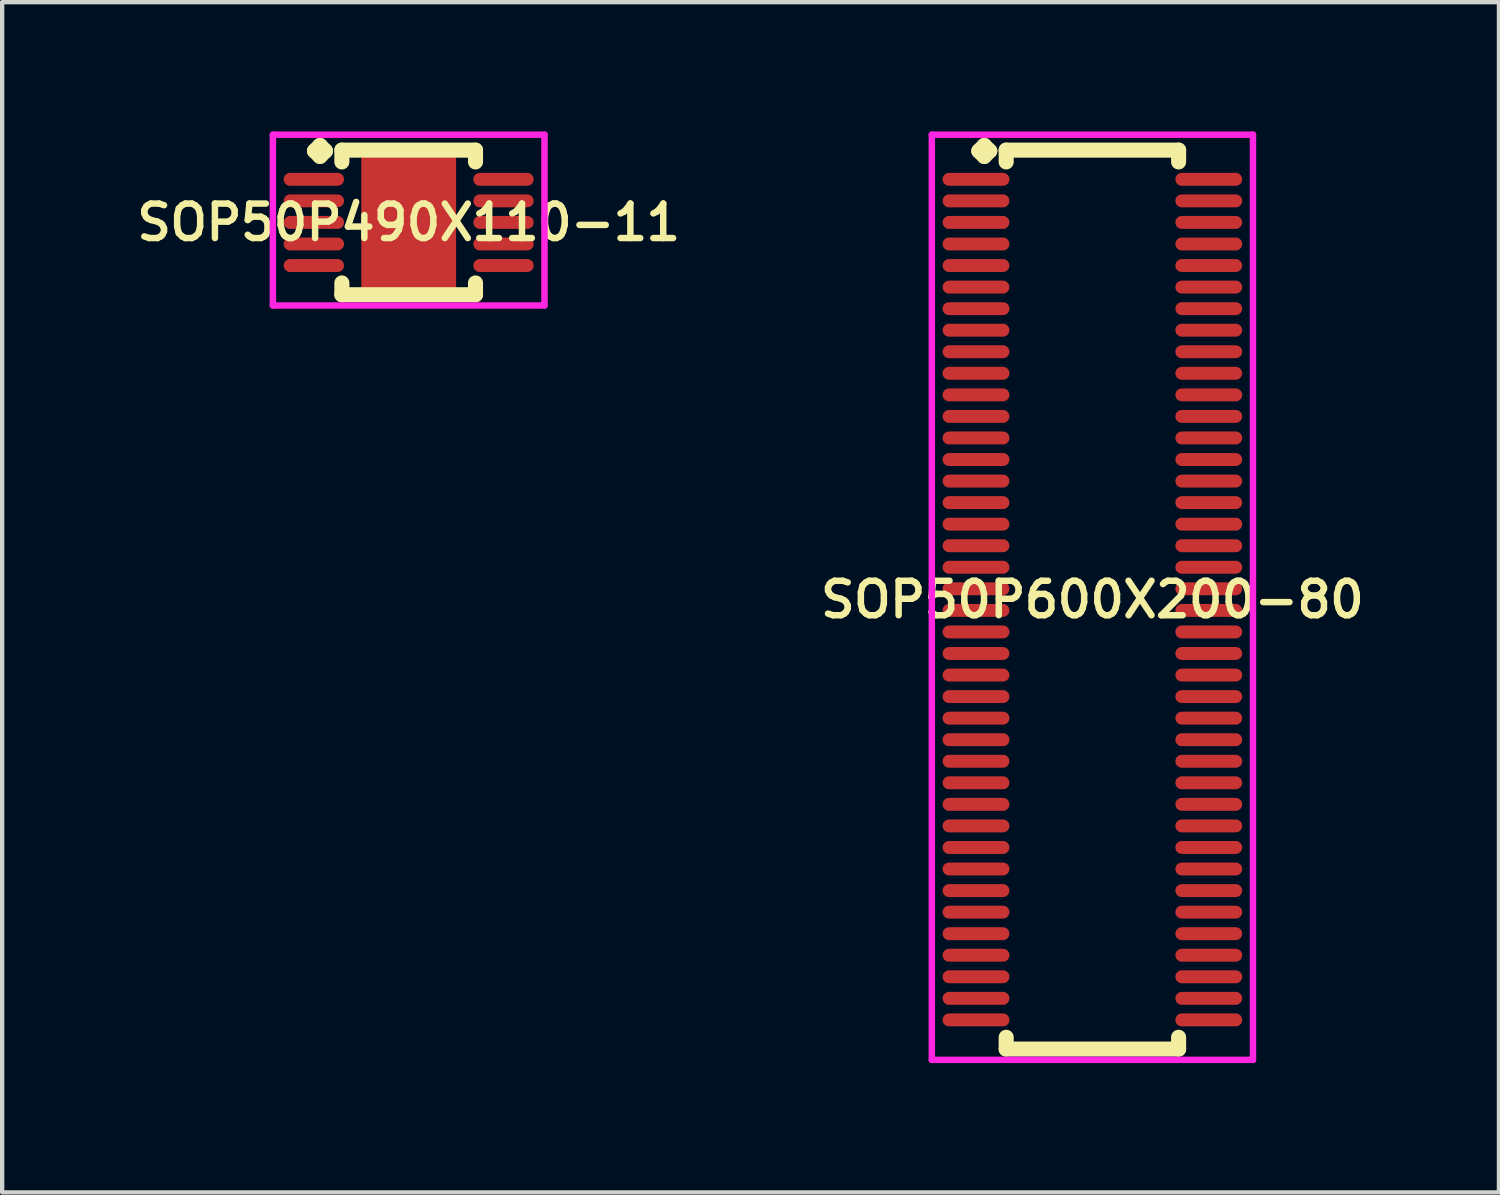
<source format=kicad_pcb>
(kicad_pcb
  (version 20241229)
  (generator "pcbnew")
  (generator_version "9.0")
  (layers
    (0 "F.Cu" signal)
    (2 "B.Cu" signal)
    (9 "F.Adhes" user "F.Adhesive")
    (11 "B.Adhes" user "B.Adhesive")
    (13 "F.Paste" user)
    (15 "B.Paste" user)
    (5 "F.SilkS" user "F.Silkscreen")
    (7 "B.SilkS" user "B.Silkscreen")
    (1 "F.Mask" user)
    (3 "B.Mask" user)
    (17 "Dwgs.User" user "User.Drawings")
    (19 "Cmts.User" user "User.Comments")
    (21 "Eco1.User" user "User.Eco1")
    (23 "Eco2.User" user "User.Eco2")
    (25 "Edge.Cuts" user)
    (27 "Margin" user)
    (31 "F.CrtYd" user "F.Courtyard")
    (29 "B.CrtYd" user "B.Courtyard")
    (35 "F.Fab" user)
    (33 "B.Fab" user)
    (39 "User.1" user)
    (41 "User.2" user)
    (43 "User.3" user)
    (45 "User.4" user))
  (footprint "SOP50P600X200-80"
    (layer "F.Cu")
    (at 22.292 10.86)
    (property "Reference" "SOP50P600X200-80" (at 0 0 0) (layer "F.SilkS") (effects (font (size 0.8 0.8) (thickness 0.15))))
    (attr smd)
    (fp_line (start -2.635 -10.408) (end -2.508 -10.535) (stroke (width 0.35) (type solid)) (layer "F.SilkS"))
    (fp_line (start -2.508 -10.535) (end -2.381 -10.408) (stroke (width 0.35) (type solid)) (layer "F.SilkS"))
    (fp_line (start -2.508 -10.281) (end -2.635 -10.408) (stroke (width 0.35) (type solid)) (layer "F.SilkS"))
    (fp_line (start -2.381 -10.408) (end -2.508 -10.281) (stroke (width 0.35) (type solid)) (layer "F.SilkS"))
    (fp_line (start -2 -10.427) (end 2 -10.427) (stroke (width 0.35) (type solid)) (layer "F.SilkS"))
    (fp_line (start -2 -10.154) (end -2 -10.427) (stroke (width 0.35) (type solid)) (layer "F.SilkS"))
    (fp_line (start -2 10.154) (end -2 10.427) (stroke (width 0.35) (type solid)) (layer "F.SilkS"))
    (fp_line (start -2 10.427) (end 2 10.427) (stroke (width 0.35) (type solid)) (layer "F.SilkS"))
    (fp_line (start 2 -10.427) (end 2 -10.154) (stroke (width 0.35) (type solid)) (layer "F.SilkS"))
    (fp_line (start 2 10.427) (end 2 10.154) (stroke (width 0.35) (type solid)) (layer "F.SilkS"))
    (fp_line (start -3.725 -10.785) (end 3.725 -10.785) (stroke (width 0.15) (type solid)) (layer "F.CrtYd"))
    (fp_line (start -3.725 10.677) (end -3.725 -10.785) (stroke (width 0.15) (type solid)) (layer "F.CrtYd"))
    (fp_line (start 3.725 -10.785) (end 3.725 10.677) (stroke (width 0.15) (type solid)) (layer "F.CrtYd"))
    (fp_line (start 3.725 10.677) (end -3.725 10.677) (stroke (width 0.15) (type solid)) (layer "F.CrtYd"))
    (pad "1" smd oval (at -2.7 -9.75) (size 1.55 0.3) (layers "F.Cu" "F.Mask" "F.Paste"))
    (pad "2" smd oval (at -2.7 -9.25) (size 1.55 0.3) (layers "F.Cu" "F.Mask" "F.Paste"))
    (pad "3" smd oval (at -2.7 -8.75) (size 1.55 0.3) (layers "F.Cu" "F.Mask" "F.Paste"))
    (pad "4" smd oval (at -2.7 -8.25) (size 1.55 0.3) (layers "F.Cu" "F.Mask" "F.Paste"))
    (pad "5" smd oval (at -2.7 -7.75) (size 1.55 0.3) (layers "F.Cu" "F.Mask" "F.Paste"))
    (pad "6" smd oval (at -2.7 -7.25) (size 1.55 0.3) (layers "F.Cu" "F.Mask" "F.Paste"))
    (pad "7" smd oval (at -2.7 -6.75) (size 1.55 0.3) (layers "F.Cu" "F.Mask" "F.Paste"))
    (pad "8" smd oval (at -2.7 -6.25) (size 1.55 0.3) (layers "F.Cu" "F.Mask" "F.Paste"))
    (pad "9" smd oval (at -2.7 -5.75) (size 1.55 0.3) (layers "F.Cu" "F.Mask" "F.Paste"))
    (pad "10" smd oval (at -2.7 -5.25) (size 1.55 0.3) (layers "F.Cu" "F.Mask" "F.Paste"))
    (pad "11" smd oval (at -2.7 -4.75) (size 1.55 0.3) (layers "F.Cu" "F.Mask" "F.Paste"))
    (pad "12" smd oval (at -2.7 -4.25) (size 1.55 0.3) (layers "F.Cu" "F.Mask" "F.Paste"))
    (pad "13" smd oval (at -2.7 -3.75) (size 1.55 0.3) (layers "F.Cu" "F.Mask" "F.Paste"))
    (pad "14" smd oval (at -2.7 -3.25) (size 1.55 0.3) (layers "F.Cu" "F.Mask" "F.Paste"))
    (pad "15" smd oval (at -2.7 -2.75) (size 1.55 0.3) (layers "F.Cu" "F.Mask" "F.Paste"))
    (pad "16" smd oval (at -2.7 -2.25) (size 1.55 0.3) (layers "F.Cu" "F.Mask" "F.Paste"))
    (pad "17" smd oval (at -2.7 -1.75) (size 1.55 0.3) (layers "F.Cu" "F.Mask" "F.Paste"))
    (pad "18" smd oval (at -2.7 -1.25) (size 1.55 0.3) (layers "F.Cu" "F.Mask" "F.Paste"))
    (pad "19" smd oval (at -2.7 -0.75) (size 1.55 0.3) (layers "F.Cu" "F.Mask" "F.Paste"))
    (pad "20" smd oval (at -2.7 -0.25) (size 1.55 0.3) (layers "F.Cu" "F.Mask" "F.Paste"))
    (pad "21" smd oval (at -2.7 0.25) (size 1.55 0.3) (layers "F.Cu" "F.Mask" "F.Paste"))
    (pad "22" smd oval (at -2.7 0.75) (size 1.55 0.3) (layers "F.Cu" "F.Mask" "F.Paste"))
    (pad "23" smd oval (at -2.7 1.25) (size 1.55 0.3) (layers "F.Cu" "F.Mask" "F.Paste"))
    (pad "24" smd oval (at -2.7 1.75) (size 1.55 0.3) (layers "F.Cu" "F.Mask" "F.Paste"))
    (pad "25" smd oval (at -2.7 2.25) (size 1.55 0.3) (layers "F.Cu" "F.Mask" "F.Paste"))
    (pad "26" smd oval (at -2.7 2.75) (size 1.55 0.3) (layers "F.Cu" "F.Mask" "F.Paste"))
    (pad "27" smd oval (at -2.7 3.25) (size 1.55 0.3) (layers "F.Cu" "F.Mask" "F.Paste"))
    (pad "28" smd oval (at -2.7 3.75) (size 1.55 0.3) (layers "F.Cu" "F.Mask" "F.Paste"))
    (pad "29" smd oval (at -2.7 4.25) (size 1.55 0.3) (layers "F.Cu" "F.Mask" "F.Paste"))
    (pad "30" smd oval (at -2.7 4.75) (size 1.55 0.3) (layers "F.Cu" "F.Mask" "F.Paste"))
    (pad "31" smd oval (at -2.7 5.25) (size 1.55 0.3) (layers "F.Cu" "F.Mask" "F.Paste"))
    (pad "32" smd oval (at -2.7 5.75) (size 1.55 0.3) (layers "F.Cu" "F.Mask" "F.Paste"))
    (pad "33" smd oval (at -2.7 6.25) (size 1.55 0.3) (layers "F.Cu" "F.Mask" "F.Paste"))
    (pad "34" smd oval (at -2.7 6.75) (size 1.55 0.3) (layers "F.Cu" "F.Mask" "F.Paste"))
    (pad "35" smd oval (at -2.7 7.25) (size 1.55 0.3) (layers "F.Cu" "F.Mask" "F.Paste"))
    (pad "36" smd oval (at -2.7 7.75) (size 1.55 0.3) (layers "F.Cu" "F.Mask" "F.Paste"))
    (pad "37" smd oval (at -2.7 8.25) (size 1.55 0.3) (layers "F.Cu" "F.Mask" "F.Paste"))
    (pad "38" smd oval (at -2.7 8.75) (size 1.55 0.3) (layers "F.Cu" "F.Mask" "F.Paste"))
    (pad "39" smd oval (at -2.7 9.25) (size 1.55 0.3) (layers "F.Cu" "F.Mask" "F.Paste"))
    (pad "40" smd oval (at -2.7 9.75) (size 1.55 0.3) (layers "F.Cu" "F.Mask" "F.Paste"))
    (pad "41" smd oval (at 2.7 9.75) (size 1.55 0.3) (layers "F.Cu" "F.Mask" "F.Paste"))
    (pad "42" smd oval (at 2.7 9.25) (size 1.55 0.3) (layers "F.Cu" "F.Mask" "F.Paste"))
    (pad "43" smd oval (at 2.7 8.75) (size 1.55 0.3) (layers "F.Cu" "F.Mask" "F.Paste"))
    (pad "44" smd oval (at 2.7 8.25) (size 1.55 0.3) (layers "F.Cu" "F.Mask" "F.Paste"))
    (pad "45" smd oval (at 2.7 7.75) (size 1.55 0.3) (layers "F.Cu" "F.Mask" "F.Paste"))
    (pad "46" smd oval (at 2.7 7.25) (size 1.55 0.3) (layers "F.Cu" "F.Mask" "F.Paste"))
    (pad "47" smd oval (at 2.7 6.75) (size 1.55 0.3) (layers "F.Cu" "F.Mask" "F.Paste"))
    (pad "48" smd oval (at 2.7 6.25) (size 1.55 0.3) (layers "F.Cu" "F.Mask" "F.Paste"))
    (pad "49" smd oval (at 2.7 5.75) (size 1.55 0.3) (layers "F.Cu" "F.Mask" "F.Paste"))
    (pad "50" smd oval (at 2.7 5.25) (size 1.55 0.3) (layers "F.Cu" "F.Mask" "F.Paste"))
    (pad "51" smd oval (at 2.7 4.75) (size 1.55 0.3) (layers "F.Cu" "F.Mask" "F.Paste"))
    (pad "52" smd oval (at 2.7 4.25) (size 1.55 0.3) (layers "F.Cu" "F.Mask" "F.Paste"))
    (pad "53" smd oval (at 2.7 3.75) (size 1.55 0.3) (layers "F.Cu" "F.Mask" "F.Paste"))
    (pad "54" smd oval (at 2.7 3.25) (size 1.55 0.3) (layers "F.Cu" "F.Mask" "F.Paste"))
    (pad "55" smd oval (at 2.7 2.75) (size 1.55 0.3) (layers "F.Cu" "F.Mask" "F.Paste"))
    (pad "56" smd oval (at 2.7 2.25) (size 1.55 0.3) (layers "F.Cu" "F.Mask" "F.Paste"))
    (pad "57" smd oval (at 2.7 1.75) (size 1.55 0.3) (layers "F.Cu" "F.Mask" "F.Paste"))
    (pad "58" smd oval (at 2.7 1.25) (size 1.55 0.3) (layers "F.Cu" "F.Mask" "F.Paste"))
    (pad "59" smd oval (at 2.7 0.75) (size 1.55 0.3) (layers "F.Cu" "F.Mask" "F.Paste"))
    (pad "60" smd oval (at 2.7 0.25) (size 1.55 0.3) (layers "F.Cu" "F.Mask" "F.Paste"))
    (pad "61" smd oval (at 2.7 -0.25) (size 1.55 0.3) (layers "F.Cu" "F.Mask" "F.Paste"))
    (pad "62" smd oval (at 2.7 -0.75) (size 1.55 0.3) (layers "F.Cu" "F.Mask" "F.Paste"))
    (pad "63" smd oval (at 2.7 -1.25) (size 1.55 0.3) (layers "F.Cu" "F.Mask" "F.Paste"))
    (pad "64" smd oval (at 2.7 -1.75) (size 1.55 0.3) (layers "F.Cu" "F.Mask" "F.Paste"))
    (pad "65" smd oval (at 2.7 -2.25) (size 1.55 0.3) (layers "F.Cu" "F.Mask" "F.Paste"))
    (pad "66" smd oval (at 2.7 -2.75) (size 1.55 0.3) (layers "F.Cu" "F.Mask" "F.Paste"))
    (pad "67" smd oval (at 2.7 -3.25) (size 1.55 0.3) (layers "F.Cu" "F.Mask" "F.Paste"))
    (pad "68" smd oval (at 2.7 -3.75) (size 1.55 0.3) (layers "F.Cu" "F.Mask" "F.Paste"))
    (pad "69" smd oval (at 2.7 -4.25) (size 1.55 0.3) (layers "F.Cu" "F.Mask" "F.Paste"))
    (pad "70" smd oval (at 2.7 -4.75) (size 1.55 0.3) (layers "F.Cu" "F.Mask" "F.Paste"))
    (pad "71" smd oval (at 2.7 -5.25) (size 1.55 0.3) (layers "F.Cu" "F.Mask" "F.Paste"))
    (pad "72" smd oval (at 2.7 -5.75) (size 1.55 0.3) (layers "F.Cu" "F.Mask" "F.Paste"))
    (pad "73" smd oval (at 2.7 -6.25) (size 1.55 0.3) (layers "F.Cu" "F.Mask" "F.Paste"))
    (pad "74" smd oval (at 2.7 -6.75) (size 1.55 0.3) (layers "F.Cu" "F.Mask" "F.Paste"))
    (pad "75" smd oval (at 2.7 -7.25) (size 1.55 0.3) (layers "F.Cu" "F.Mask" "F.Paste"))
    (pad "76" smd oval (at 2.7 -7.75) (size 1.55 0.3) (layers "F.Cu" "F.Mask" "F.Paste"))
    (pad "77" smd oval (at 2.7 -8.25) (size 1.55 0.3) (layers "F.Cu" "F.Mask" "F.Paste"))
    (pad "78" smd oval (at 2.7 -8.75) (size 1.55 0.3) (layers "F.Cu" "F.Mask" "F.Paste"))
    (pad "79" smd oval (at 2.7 -9.25) (size 1.55 0.3) (layers "F.Cu" "F.Mask" "F.Paste"))
    (pad "80" smd oval (at 2.7 -9.75) (size 1.55 0.3) (layers "F.Cu" "F.Mask" "F.Paste")))
  (footprint "SOP50P490X110-11"
    (layer "F.Cu")
    (at 6.431 2.11)
    (property "Reference" "SOP50P490X110-11" (at 0 0 0) (layer "F.SilkS") (effects (font (size 0.8 0.8) (thickness 0.15))))
    (attr smd)
    (fp_line (start -2.185 -1.658) (end -2.058 -1.785) (stroke (width 0.35) (type solid)) (layer "F.SilkS"))
    (fp_line (start -2.058 -1.785) (end -1.931 -1.658) (stroke (width 0.35) (type solid)) (layer "F.SilkS"))
    (fp_line (start -2.058 -1.531) (end -2.185 -1.658) (stroke (width 0.35) (type solid)) (layer "F.SilkS"))
    (fp_line (start -1.931 -1.658) (end -2.058 -1.531) (stroke (width 0.35) (type solid)) (layer "F.SilkS"))
    (fp_line (start -1.55 -1.677) (end 1.55 -1.677) (stroke (width 0.35) (type solid)) (layer "F.SilkS"))
    (fp_line (start -1.55 -1.404) (end -1.55 -1.677) (stroke (width 0.35) (type solid)) (layer "F.SilkS"))
    (fp_line (start -1.55 1.404) (end -1.55 1.677) (stroke (width 0.35) (type solid)) (layer "F.SilkS"))
    (fp_line (start -1.55 1.677) (end 1.55 1.677) (stroke (width 0.35) (type solid)) (layer "F.SilkS"))
    (fp_line (start 1.55 -1.677) (end 1.55 -1.404) (stroke (width 0.35) (type solid)) (layer "F.SilkS"))
    (fp_line (start 1.55 1.677) (end 1.55 1.404) (stroke (width 0.35) (type solid)) (layer "F.SilkS"))
    (fp_line (start -3.15 -2.035) (end 3.15 -2.035) (stroke (width 0.15) (type solid)) (layer "F.CrtYd"))
    (fp_line (start -3.15 1.927) (end -3.15 -2.035) (stroke (width 0.15) (type solid)) (layer "F.CrtYd"))
    (fp_line (start 3.15 -2.035) (end 3.15 1.927) (stroke (width 0.15) (type solid)) (layer "F.CrtYd"))
    (fp_line (start 3.15 1.927) (end -3.15 1.927) (stroke (width 0.15) (type solid)) (layer "F.CrtYd"))
    (pad "1" smd oval (at -2.2 -1) (size 1.4 0.3) (layers "F.Cu" "F.Mask" "F.Paste"))
    (pad "2" smd oval (at -2.2 -0.5) (size 1.4 0.3) (layers "F.Cu" "F.Mask" "F.Paste"))
    (pad "3" smd oval (at -2.2 0) (size 1.4 0.3) (layers "F.Cu" "F.Mask" "F.Paste"))
    (pad "4" smd oval (at -2.2 0.5) (size 1.4 0.3) (layers "F.Cu" "F.Mask" "F.Paste"))
    (pad "5" smd oval (at -2.2 1) (size 1.4 0.3) (layers "F.Cu" "F.Mask" "F.Paste"))
    (pad "6" smd oval (at 2.2 1) (size 1.4 0.3) (layers "F.Cu" "F.Mask" "F.Paste"))
    (pad "7" smd oval (at 2.2 0.5) (size 1.4 0.3) (layers "F.Cu" "F.Mask" "F.Paste"))
    (pad "8" smd oval (at 2.2 0) (size 1.4 0.3) (layers "F.Cu" "F.Mask" "F.Paste"))
    (pad "9" smd oval (at 2.2 -0.5) (size 1.4 0.3) (layers "F.Cu" "F.Mask" "F.Paste"))
    (pad "10" smd oval (at 2.2 -1) (size 1.4 0.3) (layers "F.Cu" "F.Mask" "F.Paste"))
    (pad "11" smd rect (at 0 0) (size 2.2 3.1) (layers "F.Cu" "F.Mask" "F.Paste")))
  (gr_rect
    (start -3 -3)
    (end 31.723 24.612)
    (stroke (width 0.1) (type default))
    (fill no)
    (layer "Edge.Cuts")))
</source>
